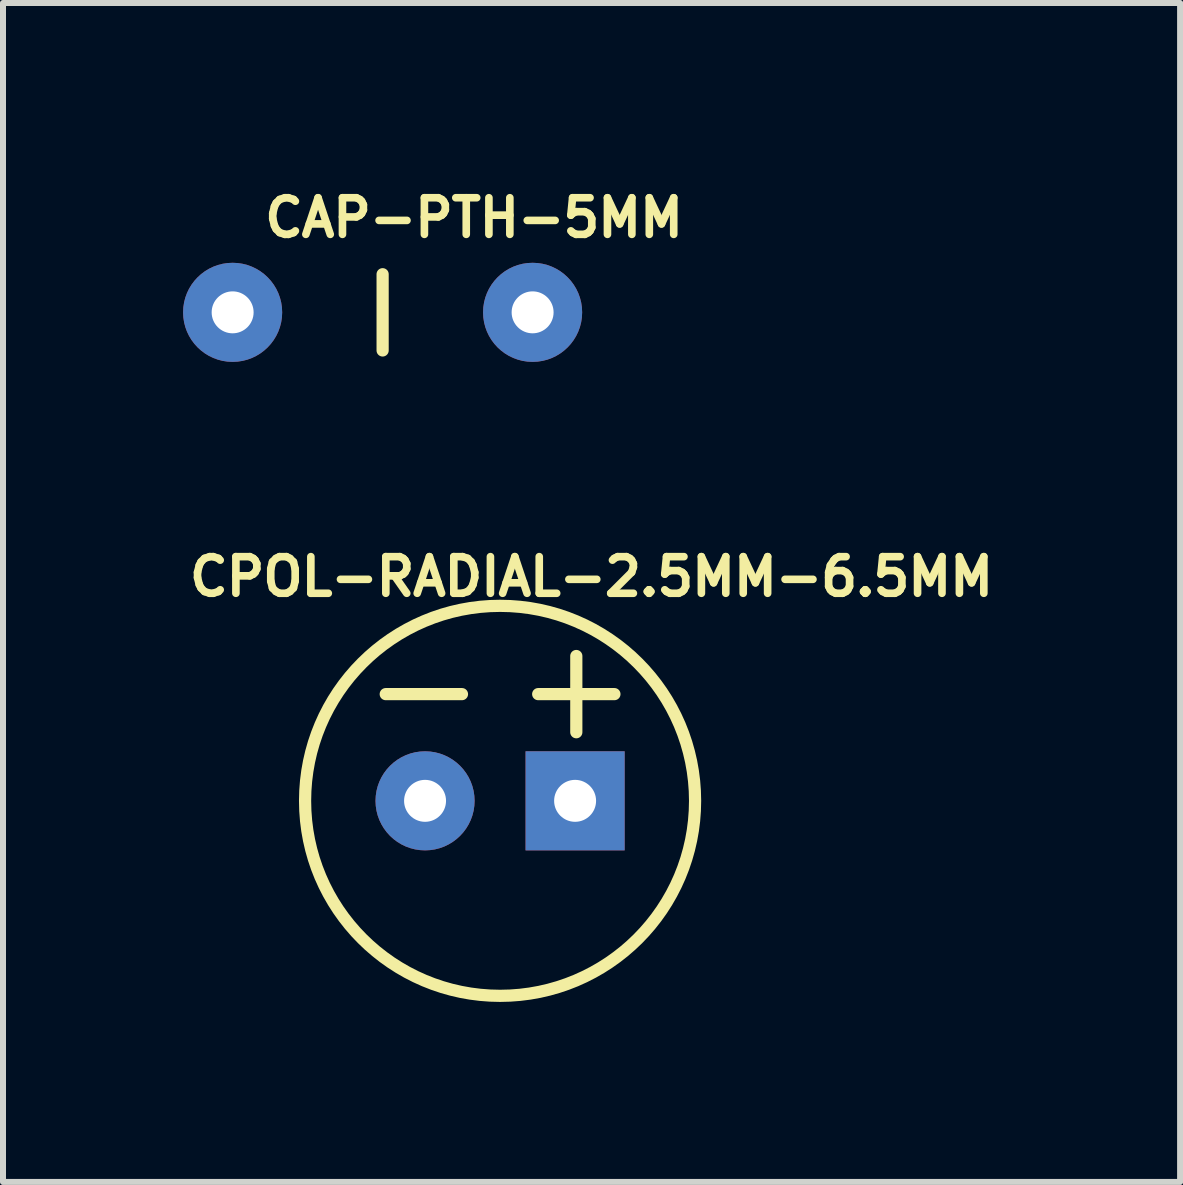
<source format=kicad_pcb>
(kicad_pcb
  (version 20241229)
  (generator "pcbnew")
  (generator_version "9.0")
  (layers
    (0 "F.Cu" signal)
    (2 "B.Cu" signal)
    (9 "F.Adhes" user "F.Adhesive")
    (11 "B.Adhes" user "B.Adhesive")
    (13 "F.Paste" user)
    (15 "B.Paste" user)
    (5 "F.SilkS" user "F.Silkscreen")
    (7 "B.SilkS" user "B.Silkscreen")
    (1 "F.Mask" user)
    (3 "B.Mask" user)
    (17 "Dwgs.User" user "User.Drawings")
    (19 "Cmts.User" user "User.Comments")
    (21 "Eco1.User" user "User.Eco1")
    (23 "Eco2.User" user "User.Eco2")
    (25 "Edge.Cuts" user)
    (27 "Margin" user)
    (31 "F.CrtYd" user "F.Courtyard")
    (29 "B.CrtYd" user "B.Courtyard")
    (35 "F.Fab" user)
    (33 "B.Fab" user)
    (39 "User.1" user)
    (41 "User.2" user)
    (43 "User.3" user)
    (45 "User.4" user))
  (footprint "CAP-PTH-5MM"
    (layer "F.Cu")
    (at 3.325 2.154)
    (property "Reference" "CAP-PTH-5MM" (at 1.524 -1.575 0) (layer "F.SilkS") (effects (font (size 0.61 0.61) (thickness 0.127))))
    (attr exclude_from_pos_files exclude_from_bom)
    (fp_line (start 0 -0.635) (end 0 0.635) (stroke (width 0.203) (type solid)) (layer "F.SilkS"))
    (pad "1" thru_hole circle (at -2.499 0) (size 1.651 1.651) (drill 0.699) (layers "*.Cu" "*.Paste" "*.Mask"))
    (pad "2" thru_hole circle (at 2.499 0) (size 1.651 1.651) (drill 0.699) (layers "*.Cu" "*.Paste" "*.Mask")))
  (footprint "CPOL-RADIAL-2.5MM-6.5MM"
    (layer "F.Cu")
    (at 5.282 10.293)
    (property "Reference" "CPOL-RADIAL-2.5MM-6.5MM" (at 1.524 -3.734 0) (layer "F.SilkS") (effects (font (size 0.61 0.61) (thickness 0.127))))
    (attr exclude_from_pos_files exclude_from_bom)
    (fp_line (start -0.635 -1.778) (end -1.905 -1.778) (stroke (width 0.203) (type solid)) (layer "F.SilkS"))
    (fp_line (start 1.27 -2.413) (end 1.27 -1.143) (stroke (width 0.203) (type solid)) (layer "F.SilkS"))
    (fp_line (start 1.905 -1.778) (end 0.635 -1.778) (stroke (width 0.203) (type solid)) (layer "F.SilkS"))
    (fp_circle (center 0 0) (end 0 -3.249) (stroke (width 0.203) (type solid)) (fill no) (layer "F.SilkS"))
    (pad "1" thru_hole rect (at 1.25 0) (size 1.651 1.651) (drill 0.699) (layers "*.Cu" "*.Paste" "*.Mask"))
    (pad "2" thru_hole circle (at -1.25 0) (size 1.651 1.651) (drill 0.699) (layers "*.Cu" "*.Paste" "*.Mask")))
  (gr_rect
    (start -3 -3)
    (end 16.612 16.643)
    (stroke (width 0.1) (type default))
    (fill no)
    (layer "Edge.Cuts")))
</source>
